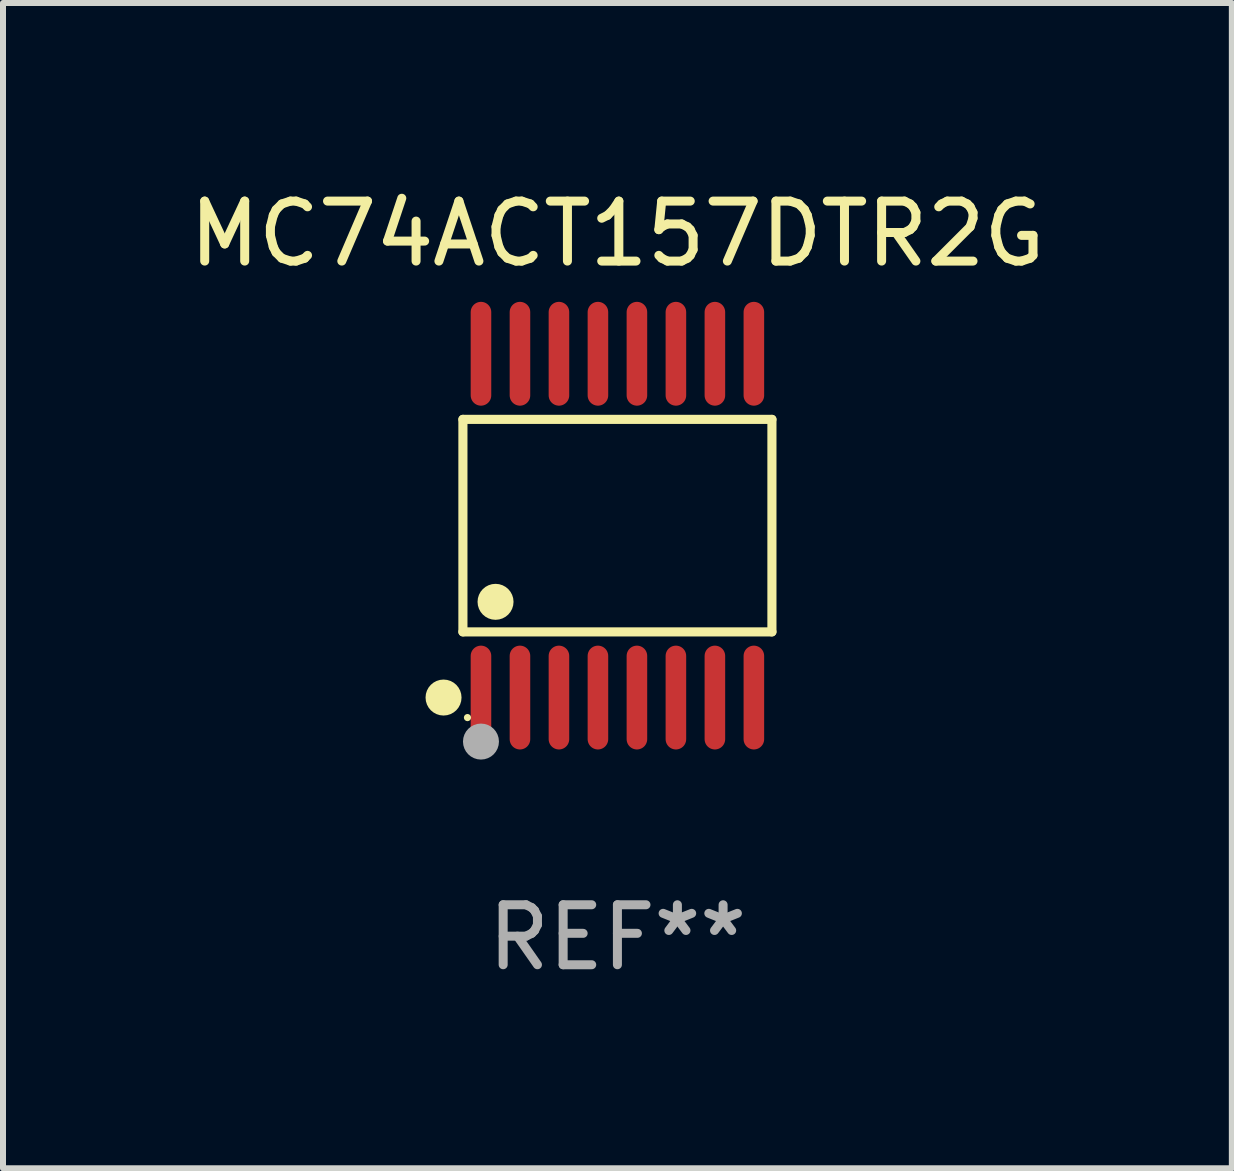
<source format=kicad_pcb>
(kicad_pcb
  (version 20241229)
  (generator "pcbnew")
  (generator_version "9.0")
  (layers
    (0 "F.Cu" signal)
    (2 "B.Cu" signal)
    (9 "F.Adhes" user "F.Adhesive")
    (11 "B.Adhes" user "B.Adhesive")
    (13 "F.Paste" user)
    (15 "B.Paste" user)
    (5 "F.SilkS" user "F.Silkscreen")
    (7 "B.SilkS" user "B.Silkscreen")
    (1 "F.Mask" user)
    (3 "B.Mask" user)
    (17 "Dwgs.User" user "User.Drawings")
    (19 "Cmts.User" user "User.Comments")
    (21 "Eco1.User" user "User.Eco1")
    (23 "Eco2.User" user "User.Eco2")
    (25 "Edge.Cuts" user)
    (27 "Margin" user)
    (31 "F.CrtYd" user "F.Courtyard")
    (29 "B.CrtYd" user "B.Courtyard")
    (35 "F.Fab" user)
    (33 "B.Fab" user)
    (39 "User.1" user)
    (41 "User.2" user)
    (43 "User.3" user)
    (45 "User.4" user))
  (footprint "MC74ACT157DTR2G"
    (layer "F.Cu")
    (at 7.244 5.714)
    (property "Reference" "MC74ACT157DTR2G" (at 0 -4.866 0) (layer "F.SilkS") (effects (font (size 1 1) (thickness 0.15))))
    (attr through_hole)
    (fp_line (start -2.576 -1.772) (end 2.576 -1.772) (stroke (width 0.152) (type solid)) (layer "F.SilkS"))
    (fp_line (start -2.576 1.771) (end -2.576 -1.772) (stroke (width 0.152) (type solid)) (layer "F.SilkS"))
    (fp_line (start 2.576 -1.772) (end 2.576 1.771) (stroke (width 0.152) (type solid)) (layer "F.SilkS"))
    (fp_line (start 2.576 1.771) (end -2.576 1.771) (stroke (width 0.152) (type solid)) (layer "F.SilkS"))
    (fp_circle (center -2.899 2.866) (end -2.749 2.866) (stroke (width 0.3) (type solid)) (fill no) (layer "F.SilkS"))
    (fp_circle (center -2.5 3.2) (end -2.47 3.2) (stroke (width 0.06) (type solid)) (fill no) (layer "F.SilkS"))
    (fp_circle (center -2.032 1.27) (end -1.882 1.27) (stroke (width 0.3) (type solid)) (fill no) (layer "F.SilkS"))
    (fp_circle (center -2.275 3.6) (end -2.125 3.6) (stroke (width 0.3) (type solid)) (fill no) (layer "F.Fab"))
    (fp_text user "REF**" (at 0 6.866 0) (layer "F.Fab") (effects (font (size 1 1) (thickness 0.15))))
    (pad "1" smd oval (at -2.275 2.866) (size 0.343 1.731) (layers "F.Cu" "F.Mask" "F.Paste"))
    (pad "2" smd oval (at -1.625 2.866) (size 0.343 1.731) (layers "F.Cu" "F.Mask" "F.Paste"))
    (pad "3" smd oval (at -0.975 2.866) (size 0.343 1.731) (layers "F.Cu" "F.Mask" "F.Paste"))
    (pad "4" smd oval (at -0.325 2.866) (size 0.343 1.731) (layers "F.Cu" "F.Mask" "F.Paste"))
    (pad "5" smd oval (at 0.325 2.866) (size 0.343 1.731) (layers "F.Cu" "F.Mask" "F.Paste"))
    (pad "6" smd oval (at 0.975 2.866) (size 0.343 1.731) (layers "F.Cu" "F.Mask" "F.Paste"))
    (pad "7" smd oval (at 1.625 2.866) (size 0.343 1.731) (layers "F.Cu" "F.Mask" "F.Paste"))
    (pad "8" smd oval (at 2.275 2.866) (size 0.343 1.731) (layers "F.Cu" "F.Mask" "F.Paste"))
    (pad "9" smd oval (at 2.275 -2.866) (size 0.343 1.731) (layers "F.Cu" "F.Mask" "F.Paste"))
    (pad "10" smd oval (at 1.625 -2.866) (size 0.343 1.731) (layers "F.Cu" "F.Mask" "F.Paste"))
    (pad "11" smd oval (at 0.975 -2.866) (size 0.343 1.731) (layers "F.Cu" "F.Mask" "F.Paste"))
    (pad "12" smd oval (at 0.325 -2.866) (size 0.343 1.731) (layers "F.Cu" "F.Mask" "F.Paste"))
    (pad "13" smd oval (at -0.325 -2.866) (size 0.343 1.731) (layers "F.Cu" "F.Mask" "F.Paste"))
    (pad "14" smd oval (at -0.975 -2.866) (size 0.343 1.731) (layers "F.Cu" "F.Mask" "F.Paste"))
    (pad "15" smd oval (at -1.625 -2.866) (size 0.343 1.731) (layers "F.Cu" "F.Mask" "F.Paste"))
    (pad "16" smd oval (at -2.275 -2.866) (size 0.343 1.731) (layers "F.Cu" "F.Mask" "F.Paste")))
  (gr_rect
    (start -3 -3)
    (end 17.488 16.428)
    (stroke (width 0.1) (type default))
    (fill no)
    (layer "Edge.Cuts")))
</source>
